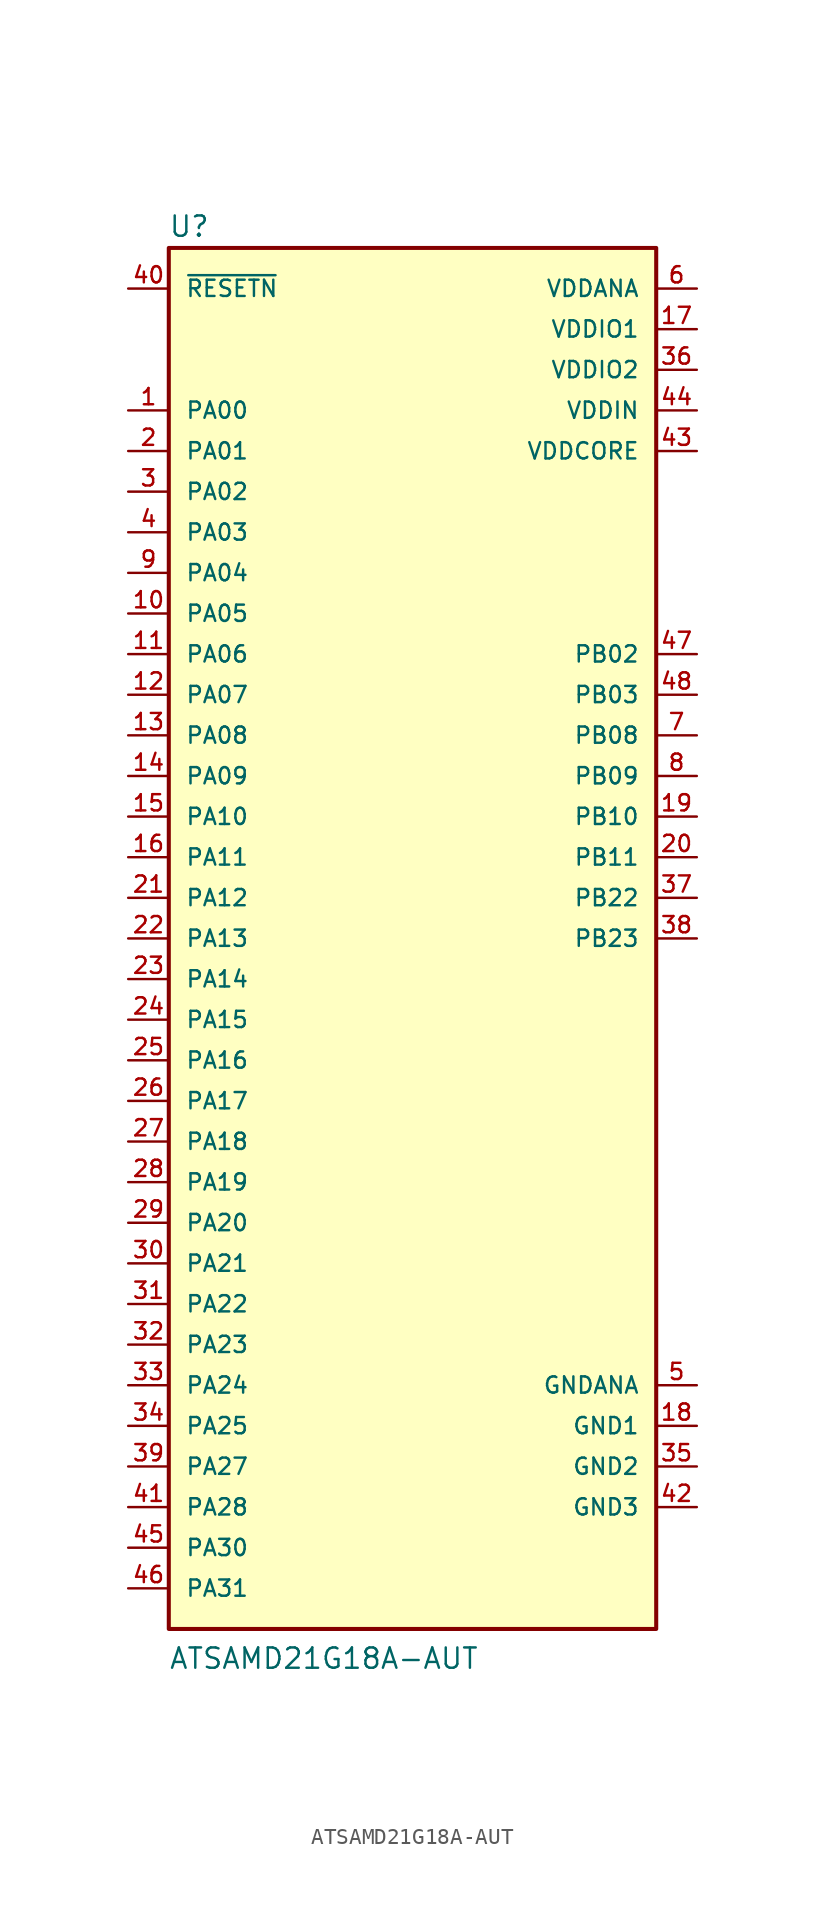
<source format=kicad_sym>
(kicad_symbol_lib
  (version 20211014)
  (generator kicad_symbol_editor)
  (symbol "ATSAMD21G18A-AUT"
    (pin_names
      (offset 1.016))
    (property "Reference" "U"
      (at -15.272 43.779 0)
      (effects (font (size 1.27 1.27)) (justify bottom left)))
    (property "Value" "ATSAMD21G18A-AUT"
      (at -15.257 -45.77 0)
      (effects (font (size 1.27 1.27)) (justify bottom left)))
    (symbol "ATSAMD21G18A-AUT_0_0"
      (rectangle (start -15.24 -43.18) (end 15.24 43.18) (stroke (width 0.254)) (fill (type background)))
      (pin bidirectional line (at -17.78 -2.54 0) (length 2.54) (name "PA14" (effects (font (size 1.016 1.016)))) (number "23" (effects (font (size 1.016 1.016)))))
      (pin bidirectional line (at 17.78 12.7 180.0) (length 2.54) (name "PB08" (effects (font (size 1.016 1.016)))) (number "7" (effects (font (size 1.016 1.016)))))
      (pin bidirectional line (at 17.78 7.62 180.0) (length 2.54) (name "PB10" (effects (font (size 1.016 1.016)))) (number "19" (effects (font (size 1.016 1.016)))))
      (pin bidirectional line (at -17.78 12.7 0) (length 2.54) (name "PA08" (effects (font (size 1.016 1.016)))) (number "13" (effects (font (size 1.016 1.016)))))
      (pin bidirectional line (at 17.78 5.08 180.0) (length 2.54) (name "PB11" (effects (font (size 1.016 1.016)))) (number "20" (effects (font (size 1.016 1.016)))))
      (pin bidirectional line (at -17.78 5.08 0) (length 2.54) (name "PA11" (effects (font (size 1.016 1.016)))) (number "16" (effects (font (size 1.016 1.016)))))
      (pin bidirectional line (at -17.78 2.54 0) (length 2.54) (name "PA12" (effects (font (size 1.016 1.016)))) (number "21" (effects (font (size 1.016 1.016)))))
      (pin bidirectional line (at -17.78 -5.08 0) (length 2.54) (name "PA15" (effects (font (size 1.016 1.016)))) (number "24" (effects (font (size 1.016 1.016)))))
      (pin bidirectional line (at -17.78 -17.78 0) (length 2.54) (name "PA20" (effects (font (size 1.016 1.016)))) (number "29" (effects (font (size 1.016 1.016)))))
      (pin bidirectional line (at 17.78 10.16 180.0) (length 2.54) (name "PB09" (effects (font (size 1.016 1.016)))) (number "8" (effects (font (size 1.016 1.016)))))
      (pin bidirectional line (at -17.78 7.62 0) (length 2.54) (name "PA10" (effects (font (size 1.016 1.016)))) (number "15" (effects (font (size 1.016 1.016)))))
      (pin bidirectional line (at -17.78 10.16 0) (length 2.54) (name "PA09" (effects (font (size 1.016 1.016)))) (number "14" (effects (font (size 1.016 1.016)))))
      (pin bidirectional line (at -17.78 20.32 0) (length 2.54) (name "PA05" (effects (font (size 1.016 1.016)))) (number "10" (effects (font (size 1.016 1.016)))))
      (pin bidirectional line (at -17.78 0.0 0) (length 2.54) (name "PA13" (effects (font (size 1.016 1.016)))) (number "22" (effects (font (size 1.016 1.016)))))
      (pin bidirectional line (at -17.78 -15.24 0) (length 2.54) (name "PA19" (effects (font (size 1.016 1.016)))) (number "28" (effects (font (size 1.016 1.016)))))
      (pin bidirectional line (at -17.78 15.24 0) (length 2.54) (name "PA07" (effects (font (size 1.016 1.016)))) (number "12" (effects (font (size 1.016 1.016)))))
      (pin power_in line (at 17.78 35.56 180.0) (length 2.54) (name "VDDIO2" (effects (font (size 1.016 1.016)))) (number "36" (effects (font (size 1.016 1.016)))))
      (pin power_in line (at 17.78 -27.94 180.0) (length 2.54) (name "GNDANA" (effects (font (size 1.016 1.016)))) (number "5" (effects (font (size 1.016 1.016)))))
      (pin bidirectional line (at -17.78 30.48 0) (length 2.54) (name "PA01" (effects (font (size 1.016 1.016)))) (number "2" (effects (font (size 1.016 1.016)))))
      (pin bidirectional line (at -17.78 22.86 0) (length 2.54) (name "PA04" (effects (font (size 1.016 1.016)))) (number "9" (effects (font (size 1.016 1.016)))))
      (pin bidirectional line (at -17.78 27.94 0) (length 2.54) (name "PA02" (effects (font (size 1.016 1.016)))) (number "3" (effects (font (size 1.016 1.016)))))
      (pin bidirectional line (at -17.78 17.78 0) (length 2.54) (name "PA06" (effects (font (size 1.016 1.016)))) (number "11" (effects (font (size 1.016 1.016)))))
      (pin power_in line (at 17.78 40.64 180.0) (length 2.54) (name "VDDANA" (effects (font (size 1.016 1.016)))) (number "6" (effects (font (size 1.016 1.016)))))
      (pin bidirectional line (at -17.78 25.4 0) (length 2.54) (name "PA03" (effects (font (size 1.016 1.016)))) (number "4" (effects (font (size 1.016 1.016)))))
      (pin bidirectional line (at -17.78 -20.32 0) (length 2.54) (name "PA21" (effects (font (size 1.016 1.016)))) (number "30" (effects (font (size 1.016 1.016)))))
      (pin bidirectional line (at -17.78 -10.16 0) (length 2.54) (name "PA17" (effects (font (size 1.016 1.016)))) (number "26" (effects (font (size 1.016 1.016)))))
      (pin bidirectional line (at -17.78 -7.62 0) (length 2.54) (name "PA16" (effects (font (size 1.016 1.016)))) (number "25" (effects (font (size 1.016 1.016)))))
      (pin bidirectional line (at -17.78 33.02 0) (length 2.54) (name "PA00" (effects (font (size 1.016 1.016)))) (number "1" (effects (font (size 1.016 1.016)))))
      (pin bidirectional line (at -17.78 -12.7 0) (length 2.54) (name "PA18" (effects (font (size 1.016 1.016)))) (number "27" (effects (font (size 1.016 1.016)))))
      (pin bidirectional line (at -17.78 -22.86 0) (length 2.54) (name "PA22" (effects (font (size 1.016 1.016)))) (number "31" (effects (font (size 1.016 1.016)))))
      (pin bidirectional line (at -17.78 -25.4 0) (length 2.54) (name "PA23" (effects (font (size 1.016 1.016)))) (number "32" (effects (font (size 1.016 1.016)))))
      (pin bidirectional line (at -17.78 -27.94 0) (length 2.54) (name "PA24" (effects (font (size 1.016 1.016)))) (number "33" (effects (font (size 1.016 1.016)))))
      (pin bidirectional line (at -17.78 -30.48 0) (length 2.54) (name "PA25" (effects (font (size 1.016 1.016)))) (number "34" (effects (font (size 1.016 1.016)))))
      (pin bidirectional line (at -17.78 -33.02 0) (length 2.54) (name "PA27" (effects (font (size 1.016 1.016)))) (number "39" (effects (font (size 1.016 1.016)))))
      (pin bidirectional line (at -17.78 -35.56 0) (length 2.54) (name "PA28" (effects (font (size 1.016 1.016)))) (number "41" (effects (font (size 1.016 1.016)))))
      (pin bidirectional line (at -17.78 -38.1 0) (length 2.54) (name "PA30" (effects (font (size 1.016 1.016)))) (number "45" (effects (font (size 1.016 1.016)))))
      (pin bidirectional line (at -17.78 -40.64 0) (length 2.54) (name "PA31" (effects (font (size 1.016 1.016)))) (number "46" (effects (font (size 1.016 1.016)))))
      (pin bidirectional line (at 17.78 2.54 180.0) (length 2.54) (name "PB22" (effects (font (size 1.016 1.016)))) (number "37" (effects (font (size 1.016 1.016)))))
      (pin bidirectional line (at 17.78 0.0 180.0) (length 2.54) (name "PB23" (effects (font (size 1.016 1.016)))) (number "38" (effects (font (size 1.016 1.016)))))
      (pin bidirectional line (at 17.78 17.78 180.0) (length 2.54) (name "PB02" (effects (font (size 1.016 1.016)))) (number "47" (effects (font (size 1.016 1.016)))))
      (pin bidirectional line (at 17.78 15.24 180.0) (length 2.54) (name "PB03" (effects (font (size 1.016 1.016)))) (number "48" (effects (font (size 1.016 1.016)))))
      (pin power_in line (at 17.78 -30.48 180.0) (length 2.54) (name "GND1" (effects (font (size 1.016 1.016)))) (number "18" (effects (font (size 1.016 1.016)))))
      (pin power_in line (at 17.78 -33.02 180.0) (length 2.54) (name "GND2" (effects (font (size 1.016 1.016)))) (number "35" (effects (font (size 1.016 1.016)))))
      (pin power_in line (at 17.78 -35.56 180.0) (length 2.54) (name "GND3" (effects (font (size 1.016 1.016)))) (number "42" (effects (font (size 1.016 1.016)))))
      (pin power_in line (at 17.78 38.1 180.0) (length 2.54) (name "VDDIO1" (effects (font (size 1.016 1.016)))) (number "17" (effects (font (size 1.016 1.016)))))
      (pin input line (at -17.78 40.64 0) (length 2.54) (name "~{RESETN}" (effects (font (size 1.016 1.016)))) (number "40" (effects (font (size 1.016 1.016)))))
      (pin power_in line (at 17.78 33.02 180.0) (length 2.54) (name "VDDIN" (effects (font (size 1.016 1.016)))) (number "44" (effects (font (size 1.016 1.016)))))
      (pin power_in line (at 17.78 30.48 180.0) (length 2.54) (name "VDDCORE" (effects (font (size 1.016 1.016)))) (number "43" (effects (font (size 1.016 1.016))))))))
</source>
